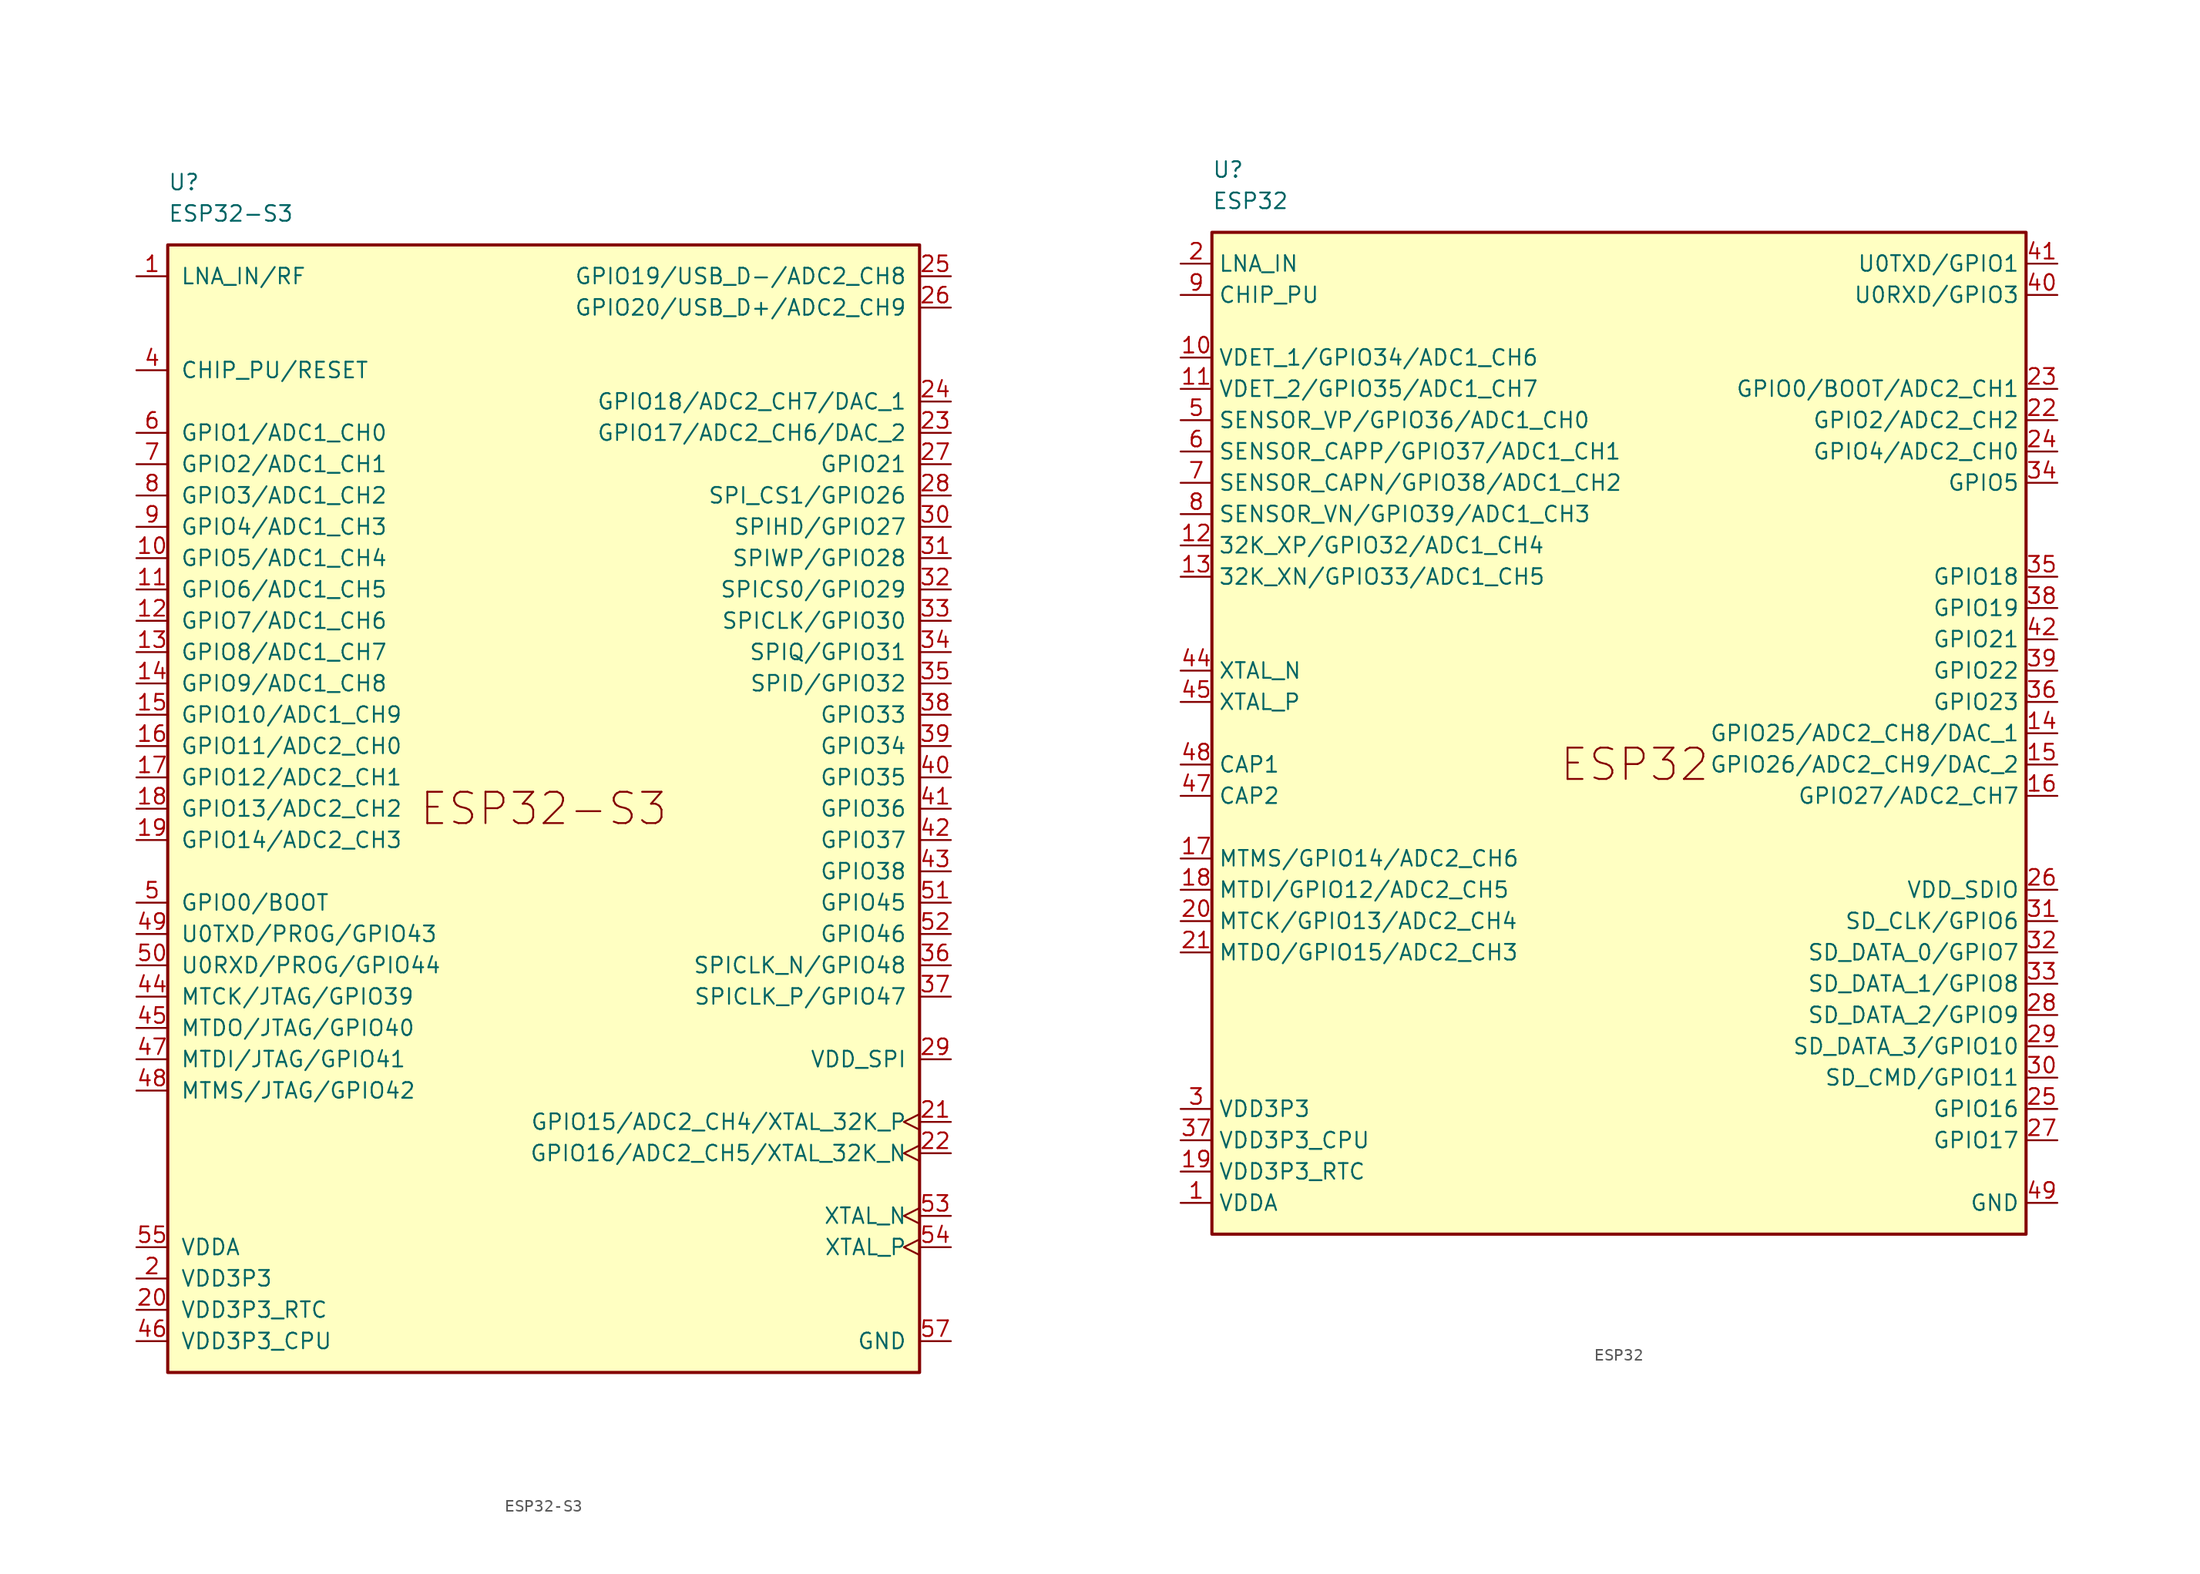
<source format=kicad_sym>
(kicad_symbol_lib
  (version 20211014)
  (generator kicad_symbol_editor)
  (symbol "ESP32-S3"
    (pin_names
      (offset 1.016))
    (property "Reference" "U"
      (at -30.48 50.8 0)
      (effects (font (size 1.27 1.27)) (justify left)))
    (property "Value" "ESP32-S3"
      (at -30.48 48.26 0)
      (effects (font (size 1.27 1.27)) (justify left)))
    (symbol "ESP32-S3_0_0"
      (text "ESP32-S3" (at 0 0 0) (effects (font (size 2.54 2.54))))
      (pin bidirectional line (at 33.02 -12.7 180) (length 2.54) (name "SPICLK_N/GPIO48" (effects (font (size 1.27 1.27)))) (number "36" (effects (font (size 1.27 1.27)))))
      (pin bidirectional line (at 33.02 -15.24 180) (length 2.54) (name "SPICLK_P/GPIO47" (effects (font (size 1.27 1.27)))) (number "37" (effects (font (size 1.27 1.27))))))
    (symbol "ESP32-S3_0_1"
      (rectangle (start -30.48 45.72) (end 30.48 -45.72) (stroke (width 0.254) (type default) (color 0 0 0 0)) (fill (type background))))
    (symbol "ESP32-S3_1_1"
      (pin bidirectional line (at -33.02 43.18 0) (length 2.54) (name "LNA_IN/RF" (effects (font (size 1.27 1.27)))) (number "1" (effects (font (size 1.27 1.27)))))
      (pin bidirectional line (at -33.02 20.32 0) (length 2.54) (name "GPIO5/ADC1_CH4" (effects (font (size 1.27 1.27)))) (number "10" (effects (font (size 1.27 1.27)))))
      (pin bidirectional line (at -33.02 17.78 0) (length 2.54) (name "GPIO6/ADC1_CH5" (effects (font (size 1.27 1.27)))) (number "11" (effects (font (size 1.27 1.27)))))
      (pin bidirectional line (at -33.02 15.24 0) (length 2.54) (name "GPIO7/ADC1_CH6" (effects (font (size 1.27 1.27)))) (number "12" (effects (font (size 1.27 1.27)))))
      (pin bidirectional line (at -33.02 12.7 0) (length 2.54) (name "GPIO8/ADC1_CH7" (effects (font (size 1.27 1.27)))) (number "13" (effects (font (size 1.27 1.27)))))
      (pin bidirectional line (at -33.02 10.16 0) (length 2.54) (name "GPIO9/ADC1_CH8" (effects (font (size 1.27 1.27)))) (number "14" (effects (font (size 1.27 1.27)))))
      (pin bidirectional line (at -33.02 7.62 0) (length 2.54) (name "GPIO10/ADC1_CH9" (effects (font (size 1.27 1.27)))) (number "15" (effects (font (size 1.27 1.27)))))
      (pin bidirectional line (at -33.02 5.08 0) (length 2.54) (name "GPIO11/ADC2_CH0" (effects (font (size 1.27 1.27)))) (number "16" (effects (font (size 1.27 1.27)))))
      (pin bidirectional line (at -33.02 2.54 0) (length 2.54) (name "GPIO12/ADC2_CH1" (effects (font (size 1.27 1.27)))) (number "17" (effects (font (size 1.27 1.27)))))
      (pin bidirectional line (at -33.02 0 0) (length 2.54) (name "GPIO13/ADC2_CH2" (effects (font (size 1.27 1.27)))) (number "18" (effects (font (size 1.27 1.27)))))
      (pin bidirectional line (at -33.02 -2.54 0) (length 2.54) (name "GPIO14/ADC2_CH3" (effects (font (size 1.27 1.27)))) (number "19" (effects (font (size 1.27 1.27)))))
      (pin power_in line (at -33.02 -38.1 0) (length 2.54) (name "VDD3P3" (effects (font (size 1.27 1.27)))) (number "2" (effects (font (size 1.27 1.27)))))
      (pin power_in line (at -33.02 -40.64 0) (length 2.54) (name "VDD3P3_RTC" (effects (font (size 1.27 1.27)))) (number "20" (effects (font (size 1.27 1.27)))))
      (pin bidirectional clock (at 33.02 -25.4 180) (length 2.54) (name "GPIO15/ADC2_CH4/XTAL_32K_P" (effects (font (size 1.27 1.27)))) (number "21" (effects (font (size 1.27 1.27)))))
      (pin bidirectional clock (at 33.02 -27.94 180) (length 2.54) (name "GPIO16/ADC2_CH5/XTAL_32K_N" (effects (font (size 1.27 1.27)))) (number "22" (effects (font (size 1.27 1.27)))))
      (pin bidirectional line (at 33.02 30.48 180) (length 2.54) (name "GPIO17/ADC2_CH6/DAC_2" (effects (font (size 1.27 1.27)))) (number "23" (effects (font (size 1.27 1.27)))))
      (pin bidirectional line (at 33.02 33.02 180) (length 2.54) (name "GPIO18/ADC2_CH7/DAC_1" (effects (font (size 1.27 1.27)))) (number "24" (effects (font (size 1.27 1.27)))))
      (pin bidirectional line (at 33.02 43.18 180) (length 2.54) (name "GPIO19/USB_D-/ADC2_CH8" (effects (font (size 1.27 1.27)))) (number "25" (effects (font (size 1.27 1.27)))))
      (pin bidirectional line (at 33.02 40.64 180) (length 2.54) (name "GPIO20/USB_D+/ADC2_CH9" (effects (font (size 1.27 1.27)))) (number "26" (effects (font (size 1.27 1.27)))))
      (pin bidirectional line (at 33.02 27.94 180) (length 2.54) (name "GPIO21" (effects (font (size 1.27 1.27)))) (number "27" (effects (font (size 1.27 1.27)))))
      (pin bidirectional line (at 33.02 25.4 180) (length 2.54) (name "SPI_CS1/GPIO26" (effects (font (size 1.27 1.27)))) (number "28" (effects (font (size 1.27 1.27)))))
      (pin power_out line (at 33.02 -20.32 180) (length 2.54) (name "VDD_SPI" (effects (font (size 1.27 1.27)))) (number "29" (effects (font (size 1.27 1.27)))))
      (pin power_in line (at -33.02 -38.1 0) (length 2.54) hide (name "VDD3P3" (effects (font (size 1.27 1.27)))) (number "3" (effects (font (size 1.27 1.27)))))
      (pin bidirectional line (at 33.02 22.86 180) (length 2.54) (name "SPIHD/GPIO27" (effects (font (size 1.27 1.27)))) (number "30" (effects (font (size 1.27 1.27)))))
      (pin bidirectional line (at 33.02 20.32 180) (length 2.54) (name "SPIWP/GPIO28" (effects (font (size 1.27 1.27)))) (number "31" (effects (font (size 1.27 1.27)))))
      (pin bidirectional line (at 33.02 17.78 180) (length 2.54) (name "SPICS0/GPIO29" (effects (font (size 1.27 1.27)))) (number "32" (effects (font (size 1.27 1.27)))))
      (pin bidirectional line (at 33.02 15.24 180) (length 2.54) (name "SPICLK/GPIO30" (effects (font (size 1.27 1.27)))) (number "33" (effects (font (size 1.27 1.27)))))
      (pin bidirectional line (at 33.02 12.7 180) (length 2.54) (name "SPIQ/GPIO31" (effects (font (size 1.27 1.27)))) (number "34" (effects (font (size 1.27 1.27)))))
      (pin bidirectional line (at 33.02 10.16 180) (length 2.54) (name "SPID/GPIO32" (effects (font (size 1.27 1.27)))) (number "35" (effects (font (size 1.27 1.27)))))
      (pin bidirectional line (at 33.02 7.62 180) (length 2.54) (name "GPIO33" (effects (font (size 1.27 1.27)))) (number "38" (effects (font (size 1.27 1.27)))))
      (pin bidirectional line (at 33.02 5.08 180) (length 2.54) (name "GPIO34" (effects (font (size 1.27 1.27)))) (number "39" (effects (font (size 1.27 1.27)))))
      (pin input line (at -33.02 35.56 0) (length 2.54) (name "CHIP_PU/RESET" (effects (font (size 1.27 1.27)))) (number "4" (effects (font (size 1.27 1.27)))))
      (pin bidirectional line (at 33.02 2.54 180) (length 2.54) (name "GPIO35" (effects (font (size 1.27 1.27)))) (number "40" (effects (font (size 1.27 1.27)))))
      (pin bidirectional line (at 33.02 0 180) (length 2.54) (name "GPIO36" (effects (font (size 1.27 1.27)))) (number "41" (effects (font (size 1.27 1.27)))))
      (pin bidirectional line (at 33.02 -2.54 180) (length 2.54) (name "GPIO37" (effects (font (size 1.27 1.27)))) (number "42" (effects (font (size 1.27 1.27)))))
      (pin bidirectional line (at 33.02 -5.08 180) (length 2.54) (name "GPIO38" (effects (font (size 1.27 1.27)))) (number "43" (effects (font (size 1.27 1.27)))))
      (pin bidirectional line (at -33.02 -15.24 0) (length 2.54) (name "MTCK/JTAG/GPIO39" (effects (font (size 1.27 1.27)))) (number "44" (effects (font (size 1.27 1.27)))))
      (pin bidirectional line (at -33.02 -17.78 0) (length 2.54) (name "MTDO/JTAG/GPIO40" (effects (font (size 1.27 1.27)))) (number "45" (effects (font (size 1.27 1.27)))))
      (pin power_in line (at -33.02 -43.18 0) (length 2.54) (name "VDD3P3_CPU" (effects (font (size 1.27 1.27)))) (number "46" (effects (font (size 1.27 1.27)))))
      (pin bidirectional line (at -33.02 -20.32 0) (length 2.54) (name "MTDI/JTAG/GPIO41" (effects (font (size 1.27 1.27)))) (number "47" (effects (font (size 1.27 1.27)))))
      (pin bidirectional line (at -33.02 -22.86 0) (length 2.54) (name "MTMS/JTAG/GPIO42" (effects (font (size 1.27 1.27)))) (number "48" (effects (font (size 1.27 1.27)))))
      (pin bidirectional line (at -33.02 -10.16 0) (length 2.54) (name "U0TXD/PROG/GPIO43" (effects (font (size 1.27 1.27)))) (number "49" (effects (font (size 1.27 1.27)))))
      (pin bidirectional line (at -33.02 -7.62 0) (length 2.54) (name "GPIO0/BOOT" (effects (font (size 1.27 1.27)))) (number "5" (effects (font (size 1.27 1.27)))))
      (pin bidirectional line (at -33.02 -12.7 0) (length 2.54) (name "U0RXD/PROG/GPIO44" (effects (font (size 1.27 1.27)))) (number "50" (effects (font (size 1.27 1.27)))))
      (pin bidirectional line (at 33.02 -7.62 180) (length 2.54) (name "GPIO45" (effects (font (size 1.27 1.27)))) (number "51" (effects (font (size 1.27 1.27)))))
      (pin bidirectional line (at 33.02 -10.16 180) (length 2.54) (name "GPIO46" (effects (font (size 1.27 1.27)))) (number "52" (effects (font (size 1.27 1.27)))))
      (pin input clock (at 33.02 -33.02 180) (length 2.54) (name "XTAL_N" (effects (font (size 1.27 1.27)))) (number "53" (effects (font (size 1.27 1.27)))))
      (pin output clock (at 33.02 -35.56 180) (length 2.54) (name "XTAL_P" (effects (font (size 1.27 1.27)))) (number "54" (effects (font (size 1.27 1.27)))))
      (pin power_in line (at -33.02 -35.56 0) (length 2.54) (name "VDDA" (effects (font (size 1.27 1.27)))) (number "55" (effects (font (size 1.27 1.27)))))
      (pin passive line (at -33.02 -35.56 0) (length 2.54) hide (name "VDDA" (effects (font (size 1.27 1.27)))) (number "56" (effects (font (size 1.27 1.27)))))
      (pin power_in line (at 33.02 -43.18 180) (length 2.54) (name "GND" (effects (font (size 1.27 1.27)))) (number "57" (effects (font (size 1.27 1.27)))))
      (pin bidirectional line (at -33.02 30.48 0) (length 2.54) (name "GPIO1/ADC1_CH0" (effects (font (size 1.27 1.27)))) (number "6" (effects (font (size 1.27 1.27)))))
      (pin bidirectional line (at -33.02 27.94 0) (length 2.54) (name "GPIO2/ADC1_CH1" (effects (font (size 1.27 1.27)))) (number "7" (effects (font (size 1.27 1.27)))))
      (pin bidirectional line (at -33.02 25.4 0) (length 2.54) (name "GPIO3/ADC1_CH2" (effects (font (size 1.27 1.27)))) (number "8" (effects (font (size 1.27 1.27)))))
      (pin bidirectional line (at -33.02 22.86 0) (length 2.54) (name "GPIO4/ADC1_CH3" (effects (font (size 1.27 1.27)))) (number "9" (effects (font (size 1.27 1.27)))))))
  (symbol "ESP32"
    (property "Reference" "U"
      (at -33.02 45.72 0)
      (effects (font (size 1.27 1.27)) (justify left)))
    (property "Value" "ESP32"
      (at -33.02 43.18 0)
      (effects (font (size 1.27 1.27)) (justify left)))
    (symbol "ESP32_0_0"
      (text "ESP32" (at 1.27 -2.54 0) (effects (font (size 2.54 2.54)))))
    (symbol "ESP32_0_1"
      (rectangle (start -33.02 40.64) (end 33.02 -40.64) (stroke (width 0.254) (type default) (color 0 0 0 0)) (fill (type background))))
    (symbol "ESP32_1_1"
      (pin power_in line (at -35.56 -38.1 0) (length 2.54) (name "VDDA" (effects (font (size 1.27 1.27)))) (number "1" (effects (font (size 1.27 1.27)))))
      (pin input line (at -35.56 30.48 0) (length 2.54) (name "VDET_1/GPIO34/ADC1_CH6" (effects (font (size 1.27 1.27)))) (number "10" (effects (font (size 1.27 1.27)))))
      (pin input line (at -35.56 27.94 0) (length 2.54) (name "VDET_2/GPIO35/ADC1_CH7" (effects (font (size 1.27 1.27)))) (number "11" (effects (font (size 1.27 1.27)))))
      (pin bidirectional line (at -35.56 15.24 0) (length 2.54) (name "32K_XP/GPIO32/ADC1_CH4" (effects (font (size 1.27 1.27)))) (number "12" (effects (font (size 1.27 1.27)))))
      (pin bidirectional line (at -35.56 12.7 0) (length 2.54) (name "32K_XN/GPIO33/ADC1_CH5" (effects (font (size 1.27 1.27)))) (number "13" (effects (font (size 1.27 1.27)))))
      (pin bidirectional line (at 35.56 0 180) (length 2.54) (name "GPIO25/ADC2_CH8/DAC_1" (effects (font (size 1.27 1.27)))) (number "14" (effects (font (size 1.27 1.27)))))
      (pin bidirectional line (at 35.56 -2.54 180) (length 2.54) (name "GPIO26/ADC2_CH9/DAC_2" (effects (font (size 1.27 1.27)))) (number "15" (effects (font (size 1.27 1.27)))))
      (pin bidirectional line (at 35.56 -5.08 180) (length 2.54) (name "GPIO27/ADC2_CH7" (effects (font (size 1.27 1.27)))) (number "16" (effects (font (size 1.27 1.27)))))
      (pin bidirectional line (at -35.56 -10.16 0) (length 2.54) (name "MTMS/GPIO14/ADC2_CH6" (effects (font (size 1.27 1.27)))) (number "17" (effects (font (size 1.27 1.27)))))
      (pin bidirectional line (at -35.56 -12.7 0) (length 2.54) (name "MTDI/GPIO12/ADC2_CH5" (effects (font (size 1.27 1.27)))) (number "18" (effects (font (size 1.27 1.27)))))
      (pin power_in line (at -35.56 -35.56 0) (length 2.54) (name "VDD3P3_RTC" (effects (font (size 1.27 1.27)))) (number "19" (effects (font (size 1.27 1.27)))))
      (pin bidirectional line (at -35.56 38.1 0) (length 2.54) (name "LNA_IN" (effects (font (size 1.27 1.27)))) (number "2" (effects (font (size 1.27 1.27)))))
      (pin bidirectional line (at -35.56 -15.24 0) (length 2.54) (name "MTCK/GPIO13/ADC2_CH4" (effects (font (size 1.27 1.27)))) (number "20" (effects (font (size 1.27 1.27)))))
      (pin bidirectional line (at -35.56 -17.78 0) (length 2.54) (name "MTDO/GPIO15/ADC2_CH3" (effects (font (size 1.27 1.27)))) (number "21" (effects (font (size 1.27 1.27)))))
      (pin bidirectional line (at 35.56 25.4 180) (length 2.54) (name "GPIO2/ADC2_CH2" (effects (font (size 1.27 1.27)))) (number "22" (effects (font (size 1.27 1.27)))))
      (pin bidirectional line (at 35.56 27.94 180) (length 2.54) (name "GPIO0/BOOT/ADC2_CH1" (effects (font (size 1.27 1.27)))) (number "23" (effects (font (size 1.27 1.27)))))
      (pin bidirectional line (at 35.56 22.86 180) (length 2.54) (name "GPIO4/ADC2_CH0" (effects (font (size 1.27 1.27)))) (number "24" (effects (font (size 1.27 1.27)))))
      (pin bidirectional line (at 35.56 -30.48 180) (length 2.54) (name "GPIO16" (effects (font (size 1.27 1.27)))) (number "25" (effects (font (size 1.27 1.27)))))
      (pin power_out line (at 35.56 -12.7 180) (length 2.54) (name "VDD_SDIO" (effects (font (size 1.27 1.27)))) (number "26" (effects (font (size 1.27 1.27)))))
      (pin bidirectional line (at 35.56 -33.02 180) (length 2.54) (name "GPIO17" (effects (font (size 1.27 1.27)))) (number "27" (effects (font (size 1.27 1.27)))))
      (pin bidirectional line (at 35.56 -22.86 180) (length 2.54) (name "SD_DATA_2/GPIO9" (effects (font (size 1.27 1.27)))) (number "28" (effects (font (size 1.27 1.27)))))
      (pin bidirectional line (at 35.56 -25.4 180) (length 2.54) (name "SD_DATA_3/GPIO10" (effects (font (size 1.27 1.27)))) (number "29" (effects (font (size 1.27 1.27)))))
      (pin power_in line (at -35.56 -30.48 0) (length 2.54) (name "VDD3P3" (effects (font (size 1.27 1.27)))) (number "3" (effects (font (size 1.27 1.27)))))
      (pin bidirectional line (at 35.56 -27.94 180) (length 2.54) (name "SD_CMD/GPIO11" (effects (font (size 1.27 1.27)))) (number "30" (effects (font (size 1.27 1.27)))))
      (pin bidirectional line (at 35.56 -15.24 180) (length 2.54) (name "SD_CLK/GPIO6" (effects (font (size 1.27 1.27)))) (number "31" (effects (font (size 1.27 1.27)))))
      (pin bidirectional line (at 35.56 -17.78 180) (length 2.54) (name "SD_DATA_0/GPIO7" (effects (font (size 1.27 1.27)))) (number "32" (effects (font (size 1.27 1.27)))))
      (pin bidirectional line (at 35.56 -20.32 180) (length 2.54) (name "SD_DATA_1/GPIO8" (effects (font (size 1.27 1.27)))) (number "33" (effects (font (size 1.27 1.27)))))
      (pin bidirectional line (at 35.56 20.32 180) (length 2.54) (name "GPIO5" (effects (font (size 1.27 1.27)))) (number "34" (effects (font (size 1.27 1.27)))))
      (pin bidirectional line (at 35.56 12.7 180) (length 2.54) (name "GPIO18" (effects (font (size 1.27 1.27)))) (number "35" (effects (font (size 1.27 1.27)))))
      (pin bidirectional line (at 35.56 2.54 180) (length 2.54) (name "GPIO23" (effects (font (size 1.27 1.27)))) (number "36" (effects (font (size 1.27 1.27)))))
      (pin power_in line (at -35.56 -33.02 0) (length 2.54) (name "VDD3P3_CPU" (effects (font (size 1.27 1.27)))) (number "37" (effects (font (size 1.27 1.27)))))
      (pin bidirectional line (at 35.56 10.16 180) (length 2.54) (name "GPIO19" (effects (font (size 1.27 1.27)))) (number "38" (effects (font (size 1.27 1.27)))))
      (pin bidirectional line (at 35.56 5.08 180) (length 2.54) (name "GPIO22" (effects (font (size 1.27 1.27)))) (number "39" (effects (font (size 1.27 1.27)))))
      (pin passive line (at -35.56 -30.48 0) (length 2.54) hide (name "VDD3P3" (effects (font (size 1.27 1.27)))) (number "4" (effects (font (size 1.27 1.27)))))
      (pin bidirectional line (at 35.56 35.56 180) (length 2.54) (name "U0RXD/GPIO3" (effects (font (size 1.27 1.27)))) (number "40" (effects (font (size 1.27 1.27)))))
      (pin bidirectional line (at 35.56 38.1 180) (length 2.54) (name "U0TXD/GPIO1" (effects (font (size 1.27 1.27)))) (number "41" (effects (font (size 1.27 1.27)))))
      (pin bidirectional line (at 35.56 7.62 180) (length 2.54) (name "GPIO21" (effects (font (size 1.27 1.27)))) (number "42" (effects (font (size 1.27 1.27)))))
      (pin passive line (at -35.56 -38.1 0) (length 2.54) hide (name "VDDA" (effects (font (size 1.27 1.27)))) (number "43" (effects (font (size 1.27 1.27)))))
      (pin output line (at -35.56 5.08 0) (length 2.54) (name "XTAL_N" (effects (font (size 1.27 1.27)))) (number "44" (effects (font (size 1.27 1.27)))))
      (pin input line (at -35.56 2.54 0) (length 2.54) (name "XTAL_P" (effects (font (size 1.27 1.27)))) (number "45" (effects (font (size 1.27 1.27)))))
      (pin passive line (at -35.56 -38.1 0) (length 2.54) hide (name "VDDA" (effects (font (size 1.27 1.27)))) (number "46" (effects (font (size 1.27 1.27)))))
      (pin input line (at -35.56 -5.08 0) (length 2.54) (name "CAP2" (effects (font (size 1.27 1.27)))) (number "47" (effects (font (size 1.27 1.27)))))
      (pin input line (at -35.56 -2.54 0) (length 2.54) (name "CAP1" (effects (font (size 1.27 1.27)))) (number "48" (effects (font (size 1.27 1.27)))))
      (pin power_in line (at 35.56 -38.1 180) (length 2.54) (name "GND" (effects (font (size 1.27 1.27)))) (number "49" (effects (font (size 1.27 1.27)))))
      (pin input line (at -35.56 25.4 0) (length 2.54) (name "SENSOR_VP/GPIO36/ADC1_CH0" (effects (font (size 1.27 1.27)))) (number "5" (effects (font (size 1.27 1.27)))))
      (pin input line (at -35.56 22.86 0) (length 2.54) (name "SENSOR_CAPP/GPIO37/ADC1_CH1" (effects (font (size 1.27 1.27)))) (number "6" (effects (font (size 1.27 1.27)))))
      (pin input line (at -35.56 20.32 0) (length 2.54) (name "SENSOR_CAPN/GPIO38/ADC1_CH2" (effects (font (size 1.27 1.27)))) (number "7" (effects (font (size 1.27 1.27)))))
      (pin input line (at -35.56 17.78 0) (length 2.54) (name "SENSOR_VN/GPIO39/ADC1_CH3" (effects (font (size 1.27 1.27)))) (number "8" (effects (font (size 1.27 1.27)))))
      (pin input line (at -35.56 35.56 0) (length 2.54) (name "CHIP_PU" (effects (font (size 1.27 1.27)))) (number "9" (effects (font (size 1.27 1.27))))))))
</source>
